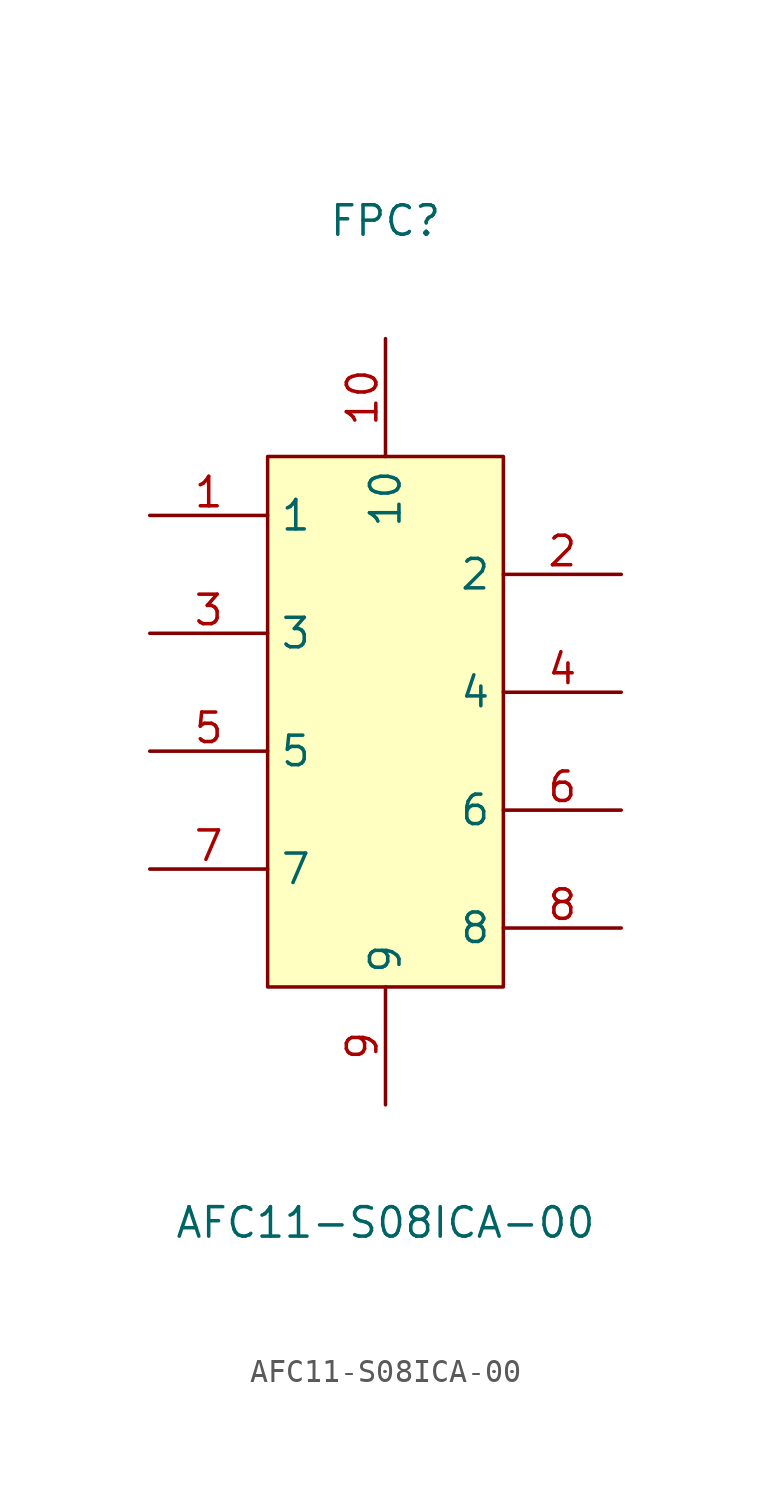
<source format=kicad_sym>
(kicad_symbol_lib
  (version 20211014)
  (generator https://github.com/uPesy/easyeda2kicad.py)
  (symbol "AFC11-S08ICA-00"
    (property "Reference" "FPC"
      (at 0 21.59 0)
      (effects (font (size 1.27 1.27))))
    (property "Value" "AFC11-S08ICA-00"
      (at 0 -21.59 0)
      (effects (font (size 1.27 1.27))))
    (symbol "AFC11-S08ICA-00_0_1"
      (rectangle (start -5.08 11.43) (end 5.08 -11.43) (stroke (width 0) (type default) (color 0 0 0 0)) (fill (type background)))
      (pin unspecified line (at -10.16 8.89 0) (length 5.08) (name "1" (effects (font (size 1.27 1.27)))) (number "1" (effects (font (size 1.27 1.27)))))
      (pin unspecified line (at 10.16 6.35 180) (length 5.08) (name "2" (effects (font (size 1.27 1.27)))) (number "2" (effects (font (size 1.27 1.27)))))
      (pin unspecified line (at -10.16 3.81 0) (length 5.08) (name "3" (effects (font (size 1.27 1.27)))) (number "3" (effects (font (size 1.27 1.27)))))
      (pin unspecified line (at 10.16 1.27 180) (length 5.08) (name "4" (effects (font (size 1.27 1.27)))) (number "4" (effects (font (size 1.27 1.27)))))
      (pin unspecified line (at -10.16 -1.27 0) (length 5.08) (name "5" (effects (font (size 1.27 1.27)))) (number "5" (effects (font (size 1.27 1.27)))))
      (pin unspecified line (at 10.16 -3.81 180) (length 5.08) (name "6" (effects (font (size 1.27 1.27)))) (number "6" (effects (font (size 1.27 1.27)))))
      (pin unspecified line (at -10.16 -6.35 0) (length 5.08) (name "7" (effects (font (size 1.27 1.27)))) (number "7" (effects (font (size 1.27 1.27)))))
      (pin unspecified line (at 10.16 -8.89 180) (length 5.08) (name "8" (effects (font (size 1.27 1.27)))) (number "8" (effects (font (size 1.27 1.27)))))
      (pin unspecified line (at 0.00 -16.51 90) (length 5.08) (name "9" (effects (font (size 1.27 1.27)))) (number "9" (effects (font (size 1.27 1.27)))))
      (pin unspecified line (at 0.00 16.51 270) (length 5.08) (name "10" (effects (font (size 1.27 1.27)))) (number "10" (effects (font (size 1.27 1.27))))))))
</source>
